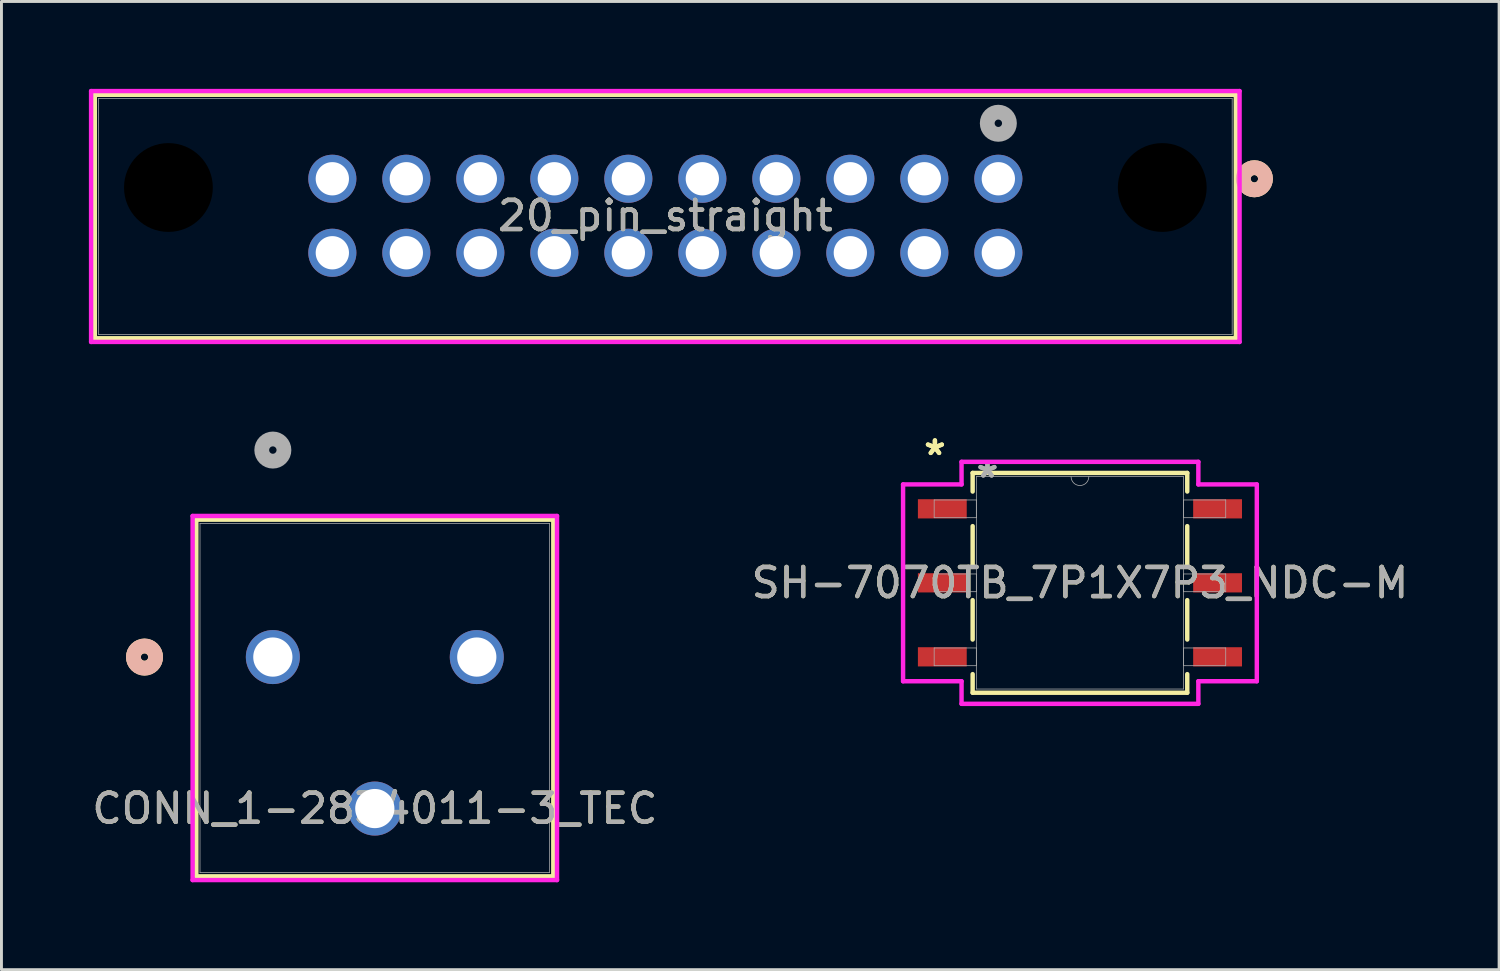
<source format=kicad_pcb>
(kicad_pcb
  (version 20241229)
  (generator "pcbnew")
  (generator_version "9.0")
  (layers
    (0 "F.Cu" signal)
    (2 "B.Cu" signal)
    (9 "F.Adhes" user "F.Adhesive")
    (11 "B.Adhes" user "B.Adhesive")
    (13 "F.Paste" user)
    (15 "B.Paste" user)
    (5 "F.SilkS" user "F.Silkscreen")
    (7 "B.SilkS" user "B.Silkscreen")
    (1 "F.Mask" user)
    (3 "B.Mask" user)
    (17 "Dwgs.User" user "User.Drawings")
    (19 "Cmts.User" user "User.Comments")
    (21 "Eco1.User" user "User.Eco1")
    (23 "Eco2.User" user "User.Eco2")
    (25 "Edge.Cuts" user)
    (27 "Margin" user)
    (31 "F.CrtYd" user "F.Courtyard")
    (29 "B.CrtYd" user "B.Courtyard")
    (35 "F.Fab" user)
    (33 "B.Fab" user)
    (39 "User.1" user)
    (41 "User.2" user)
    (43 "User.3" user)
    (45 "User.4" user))
  (footprint "SH-7070TB_7P1X7P3_NDC-M"
    (layer "F.Cu")
    (at 34.018 16.955)
    (property "Reference" "SH-7070TB_7P1X7P3_NDC-M" (at 0 0 0) (unlocked yes) (layer "F.SilkS") (effects (font (size 1 1) (thickness 0.15))))
    (attr smd)
    (fp_line (start -3.683 -3.772) (end -3.683 -3.134) (stroke (width 0.152) (type solid)) (layer "F.SilkS"))
    (fp_line (start -3.683 -1.946) (end -3.683 -0.594) (stroke (width 0.152) (type solid)) (layer "F.SilkS"))
    (fp_line (start -3.683 0.594) (end -3.683 1.946) (stroke (width 0.152) (type solid)) (layer "F.SilkS"))
    (fp_line (start -3.683 3.134) (end -3.683 3.772) (stroke (width 0.152) (type solid)) (layer "F.SilkS"))
    (fp_line (start -3.683 3.772) (end 3.683 3.772) (stroke (width 0.152) (type solid)) (layer "F.SilkS"))
    (fp_line (start 3.683 -3.772) (end -3.683 -3.772) (stroke (width 0.152) (type solid)) (layer "F.SilkS"))
    (fp_line (start 3.683 -3.134) (end 3.683 -3.772) (stroke (width 0.152) (type solid)) (layer "F.SilkS"))
    (fp_line (start 3.683 -0.594) (end 3.683 -1.946) (stroke (width 0.152) (type solid)) (layer "F.SilkS"))
    (fp_line (start 3.683 1.946) (end 3.683 0.594) (stroke (width 0.152) (type solid)) (layer "F.SilkS"))
    (fp_line (start 3.683 3.772) (end 3.683 3.134) (stroke (width 0.152) (type solid)) (layer "F.SilkS"))
    (fp_line (start -6.071 -3.378) (end -4.064 -3.378) (stroke (width 0.152) (type solid)) (layer "F.CrtYd"))
    (fp_line (start -6.071 3.378) (end -6.071 -3.378) (stroke (width 0.152) (type solid)) (layer "F.CrtYd"))
    (fp_line (start -6.071 3.378) (end -4.064 3.378) (stroke (width 0.152) (type solid)) (layer "F.CrtYd"))
    (fp_line (start -4.064 -4.153) (end 4.064 -4.153) (stroke (width 0.152) (type solid)) (layer "F.CrtYd"))
    (fp_line (start -4.064 -3.378) (end -4.064 -4.153) (stroke (width 0.152) (type solid)) (layer "F.CrtYd"))
    (fp_line (start -4.064 4.153) (end -4.064 3.378) (stroke (width 0.152) (type solid)) (layer "F.CrtYd"))
    (fp_line (start 4.064 -4.153) (end 4.064 -3.378) (stroke (width 0.152) (type solid)) (layer "F.CrtYd"))
    (fp_line (start 4.064 3.378) (end 4.064 4.153) (stroke (width 0.152) (type solid)) (layer "F.CrtYd"))
    (fp_line (start 4.064 4.153) (end -4.064 4.153) (stroke (width 0.152) (type solid)) (layer "F.CrtYd"))
    (fp_line (start 6.071 -3.378) (end 4.064 -3.378) (stroke (width 0.152) (type solid)) (layer "F.CrtYd"))
    (fp_line (start 6.071 -3.378) (end 6.071 3.378) (stroke (width 0.152) (type solid)) (layer "F.CrtYd"))
    (fp_line (start 6.071 3.378) (end 4.064 3.378) (stroke (width 0.152) (type solid)) (layer "F.CrtYd"))
    (fp_line (start -5.004 -2.845) (end -5.004 -2.235) (stroke (width 0.025) (type solid)) (layer "F.Fab"))
    (fp_line (start -5.004 -2.235) (end -3.556 -2.235) (stroke (width 0.025) (type solid)) (layer "F.Fab"))
    (fp_line (start -5.004 -0.305) (end -5.004 0.305) (stroke (width 0.025) (type solid)) (layer "F.Fab"))
    (fp_line (start -5.004 0.305) (end -3.556 0.305) (stroke (width 0.025) (type solid)) (layer "F.Fab"))
    (fp_line (start -5.004 2.235) (end -5.004 2.845) (stroke (width 0.025) (type solid)) (layer "F.Fab"))
    (fp_line (start -5.004 2.845) (end -3.556 2.845) (stroke (width 0.025) (type solid)) (layer "F.Fab"))
    (fp_line (start -3.556 -3.645) (end -3.556 3.645) (stroke (width 0.025) (type solid)) (layer "F.Fab"))
    (fp_line (start -3.556 -2.845) (end -5.004 -2.845) (stroke (width 0.025) (type solid)) (layer "F.Fab"))
    (fp_line (start -3.556 -2.235) (end -3.556 -2.845) (stroke (width 0.025) (type solid)) (layer "F.Fab"))
    (fp_line (start -3.556 -0.305) (end -5.004 -0.305) (stroke (width 0.025) (type solid)) (layer "F.Fab"))
    (fp_line (start -3.556 0.305) (end -3.556 -0.305) (stroke (width 0.025) (type solid)) (layer "F.Fab"))
    (fp_line (start -3.556 2.235) (end -5.004 2.235) (stroke (width 0.025) (type solid)) (layer "F.Fab"))
    (fp_line (start -3.556 2.845) (end -3.556 2.235) (stroke (width 0.025) (type solid)) (layer "F.Fab"))
    (fp_line (start -3.556 3.645) (end 3.556 3.645) (stroke (width 0.025) (type solid)) (layer "F.Fab"))
    (fp_line (start 3.556 -3.645) (end -3.556 -3.645) (stroke (width 0.025) (type solid)) (layer "F.Fab"))
    (fp_line (start 3.556 -2.845) (end 3.556 -2.235) (stroke (width 0.025) (type solid)) (layer "F.Fab"))
    (fp_line (start 3.556 -2.235) (end 5.004 -2.235) (stroke (width 0.025) (type solid)) (layer "F.Fab"))
    (fp_line (start 3.556 -0.305) (end 3.556 0.305) (stroke (width 0.025) (type solid)) (layer "F.Fab"))
    (fp_line (start 3.556 0.305) (end 5.004 0.305) (stroke (width 0.025) (type solid)) (layer "F.Fab"))
    (fp_line (start 3.556 2.235) (end 3.556 2.845) (stroke (width 0.025) (type solid)) (layer "F.Fab"))
    (fp_line (start 3.556 2.845) (end 5.004 2.845) (stroke (width 0.025) (type solid)) (layer "F.Fab"))
    (fp_line (start 3.556 3.645) (end 3.556 -3.645) (stroke (width 0.025) (type solid)) (layer "F.Fab"))
    (fp_line (start 5.004 -2.845) (end 3.556 -2.845) (stroke (width 0.025) (type solid)) (layer "F.Fab"))
    (fp_line (start 5.004 -2.235) (end 5.004 -2.845) (stroke (width 0.025) (type solid)) (layer "F.Fab"))
    (fp_line (start 5.004 -0.305) (end 3.556 -0.305) (stroke (width 0.025) (type solid)) (layer "F.Fab"))
    (fp_line (start 5.004 0.305) (end 5.004 -0.305) (stroke (width 0.025) (type solid)) (layer "F.Fab"))
    (fp_line (start 5.004 2.235) (end 3.556 2.235) (stroke (width 0.025) (type solid)) (layer "F.Fab"))
    (fp_line (start 5.004 2.845) (end 5.004 2.235) (stroke (width 0.025) (type solid)) (layer "F.Fab"))
    (fp_arc (start 0.3048 -3.6449) (mid 0 -3.3401) (end -0.3048 -3.6449) (stroke (width 0.0254) (type solid)) (layer "F.Fab"))
    (fp_text user "*" (at -4.978 -4.343 0) (unlocked yes) (layer "F.SilkS") (effects (font (size 1 1) (thickness 0.15))))
    (fp_text user "*" (at -4.978 -4.343 0) (layer "F.SilkS") (effects (font (size 1 1) (thickness 0.15))))
    (fp_text user "${REFERENCE}" (at 0 0 0) (unlocked yes) (layer "F.Fab") (effects (font (size 1 1) (thickness 0.15))))
    (fp_text user "*" (at -3.175 -3.569 0) (unlocked yes) (layer "F.Fab") (effects (font (size 1 1) (thickness 0.15))))
    (fp_text user "*" (at -3.175 -3.569 0) (layer "F.Fab") (effects (font (size 1 1) (thickness 0.15))))
    (pad "1" smd rect (at -4.724 -2.54) (size 1.676 0.66) (layers "F.Cu" "F.Mask" "F.Paste"))
    (pad "2" smd rect (at -4.724 0) (size 1.676 0.66) (layers "F.Cu" "F.Mask" "F.Paste"))
    (pad "3" smd rect (at -4.724 2.54) (size 1.676 0.66) (layers "F.Cu" "F.Mask" "F.Paste"))
    (pad "4" smd rect (at 4.724 2.54) (size 1.676 0.66) (layers "F.Cu" "F.Mask" "F.Paste"))
    (pad "5" smd rect (at 4.724 0) (size 1.676 0.66) (layers "F.Cu" "F.Mask" "F.Paste"))
    (pad "6" smd rect (at 4.724 -2.54) (size 1.676 0.66) (layers "F.Cu" "F.Mask" "F.Paste")))
  (footprint "CONN_1-2834011-3_TEC"
    (layer "F.Cu")
    (at 6.315 19.503)
    (property "Reference" "CONN_1-2834011-3_TEC" (at 3.5 5.2 0) (unlocked yes) (layer "F.SilkS") (effects (font (size 1 1) (thickness 0.15))))
    (attr through_hole)
    (fp_line (start -2.627 -4.716) (end -2.627 7.527) (stroke (width 0.152) (type solid)) (layer "F.SilkS"))
    (fp_line (start -2.627 7.527) (end 9.627 7.527) (stroke (width 0.152) (type solid)) (layer "F.SilkS"))
    (fp_line (start 9.627 -4.716) (end -2.627 -4.716) (stroke (width 0.152) (type solid)) (layer "F.SilkS"))
    (fp_line (start 9.627 7.527) (end 9.627 -4.716) (stroke (width 0.152) (type solid)) (layer "F.SilkS"))
    (fp_circle (center -4.405 0) (end -4.024 0) (stroke (width 0.508) (type solid)) (fill no) (layer "F.SilkS"))
    (fp_circle (center -4.405 0) (end -4.024 0) (stroke (width 0.508) (type solid)) (fill no) (layer "B.SilkS"))
    (fp_line (start -2.754 -4.843) (end -2.754 7.654) (stroke (width 0.152) (type solid)) (layer "F.CrtYd"))
    (fp_line (start -2.754 7.654) (end 9.754 7.654) (stroke (width 0.152) (type solid)) (layer "F.CrtYd"))
    (fp_line (start 9.754 -4.843) (end -2.754 -4.843) (stroke (width 0.152) (type solid)) (layer "F.CrtYd"))
    (fp_line (start 9.754 7.654) (end 9.754 -4.843) (stroke (width 0.152) (type solid)) (layer "F.CrtYd"))
    (fp_line (start -2.5 -4.589) (end -2.5 7.4) (stroke (width 0.025) (type solid)) (layer "F.Fab"))
    (fp_line (start -2.5 7.4) (end 9.5 7.4) (stroke (width 0.025) (type solid)) (layer "F.Fab"))
    (fp_line (start 9.5 -4.589) (end -2.5 -4.589) (stroke (width 0.025) (type solid)) (layer "F.Fab"))
    (fp_line (start 9.5 7.4) (end 9.5 -4.589) (stroke (width 0.025) (type solid)) (layer "F.Fab"))
    (fp_circle (center 0 -7.105) (end 0.381 -7.105) (stroke (width 0.508) (type solid)) (fill no) (layer "F.Fab"))
    (fp_text user "${REFERENCE}" (at 3.5 5.2 0) (unlocked yes) (layer "F.Fab") (effects (font (size 1 1) (thickness 0.15))))
    (pad "1" thru_hole circle (at 0 0) (size 1.854 1.854) (drill 1.346) (layers "*.Cu" "*.Mask"))
    (pad "2" thru_hole circle (at 3.5 5.2) (size 1.854 1.854) (drill 1.346) (layers "*.Cu" "*.Mask"))
    (pad "3" thru_hole circle (at 7 0) (size 1.854 1.854) (drill 1.346) (layers "*.Cu" "*.Mask")))
  (footprint "20_pin_straight"
    (layer "F.Cu")
    (at 31.217 3.086)
    (property "Reference" "20_pin_straight" (at -11.43 1.27 0) (unlocked yes) (layer "F.SilkS") (effects (font (size 1 1) (thickness 0.15))))
    (attr through_hole)
    (fp_line (start -31.013 -2.883) (end -31.013 5.474) (stroke (width 0.152) (type solid)) (layer "F.SilkS"))
    (fp_line (start -31.013 5.474) (end 8.153 5.474) (stroke (width 0.152) (type solid)) (layer "F.SilkS"))
    (fp_line (start 8.153 -2.883) (end -31.013 -2.883) (stroke (width 0.152) (type solid)) (layer "F.SilkS"))
    (fp_line (start 8.153 5.474) (end 8.153 -2.883) (stroke (width 0.152) (type solid)) (layer "F.SilkS"))
    (fp_circle (center 8.788 0) (end 9.169 0) (stroke (width 0.508) (type solid)) (fill no) (layer "F.SilkS"))
    (fp_circle (center 8.788 0) (end 9.169 0) (stroke (width 0.508) (type solid)) (fill no) (layer "B.SilkS"))
    (fp_line (start -31.14 -3.01) (end -31.14 5.601) (stroke (width 0.152) (type solid)) (layer "F.CrtYd"))
    (fp_line (start -31.14 5.601) (end 8.28 5.601) (stroke (width 0.152) (type solid)) (layer "F.CrtYd"))
    (fp_line (start 8.28 -3.01) (end -31.14 -3.01) (stroke (width 0.152) (type solid)) (layer "F.CrtYd"))
    (fp_line (start 8.28 5.601) (end 8.28 -3.01) (stroke (width 0.152) (type solid)) (layer "F.CrtYd"))
    (fp_line (start -30.886 -2.756) (end -30.886 5.347) (stroke (width 0.025) (type solid)) (layer "F.Fab"))
    (fp_line (start -30.886 5.347) (end 8.026 5.347) (stroke (width 0.025) (type solid)) (layer "F.Fab"))
    (fp_line (start 8.026 -2.756) (end -30.886 -2.756) (stroke (width 0.025) (type solid)) (layer "F.Fab"))
    (fp_line (start 8.026 5.347) (end 8.026 -2.756) (stroke (width 0.025) (type solid)) (layer "F.Fab"))
    (fp_circle (center 0 -1.905) (end 0.381 -1.905) (stroke (width 0.508) (type solid)) (fill no) (layer "F.Fab"))
    (fp_text user "${REFERENCE}" (at -11.43 1.27 0) (unlocked yes) (layer "F.Fab") (effects (font (size 1 1) (thickness 0.15))))
    (pad "" np_thru_hole circle (at -28.486 0.3) (size 3.048 3.048) (drill 3.048) (layers))
    (pad "" np_thru_hole circle (at 5.626 0.3) (size 3.048 3.048) (drill 3.048) (layers))
    (pad "1" thru_hole circle (at 0 0) (size 1.651 1.651) (drill 1.143) (layers "*.Cu" "*.Mask"))
    (pad "2" thru_hole circle (at -2.54 0) (size 1.651 1.651) (drill 1.143) (layers "*.Cu" "*.Mask"))
    (pad "3" thru_hole circle (at -5.08 0) (size 1.651 1.651) (drill 1.143) (layers "*.Cu" "*.Mask"))
    (pad "4" thru_hole circle (at -7.62 0) (size 1.651 1.651) (drill 1.143) (layers "*.Cu" "*.Mask"))
    (pad "5" thru_hole circle (at -10.16 0) (size 1.651 1.651) (drill 1.143) (layers "*.Cu" "*.Mask"))
    (pad "6" thru_hole circle (at -12.7 0) (size 1.651 1.651) (drill 1.143) (layers "*.Cu" "*.Mask"))
    (pad "7" thru_hole circle (at -15.24 0) (size 1.651 1.651) (drill 1.143) (layers "*.Cu" "*.Mask"))
    (pad "8" thru_hole circle (at -17.78 0) (size 1.651 1.651) (drill 1.143) (layers "*.Cu" "*.Mask"))
    (pad "9" thru_hole circle (at -20.32 0) (size 1.651 1.651) (drill 1.143) (layers "*.Cu" "*.Mask"))
    (pad "10" thru_hole circle (at -22.86 0) (size 1.651 1.651) (drill 1.143) (layers "*.Cu" "*.Mask"))
    (pad "11" thru_hole circle (at 0 2.54) (size 1.651 1.651) (drill 1.143) (layers "*.Cu" "*.Mask"))
    (pad "12" thru_hole circle (at -2.54 2.54) (size 1.651 1.651) (drill 1.143) (layers "*.Cu" "*.Mask"))
    (pad "13" thru_hole circle (at -5.08 2.54) (size 1.651 1.651) (drill 1.143) (layers "*.Cu" "*.Mask"))
    (pad "14" thru_hole circle (at -7.62 2.54) (size 1.651 1.651) (drill 1.143) (layers "*.Cu" "*.Mask"))
    (pad "15" thru_hole circle (at -10.16 2.54) (size 1.651 1.651) (drill 1.143) (layers "*.Cu" "*.Mask"))
    (pad "16" thru_hole circle (at -12.7 2.54) (size 1.651 1.651) (drill 1.143) (layers "*.Cu" "*.Mask"))
    (pad "17" thru_hole circle (at -15.24 2.54) (size 1.651 1.651) (drill 1.143) (layers "*.Cu" "*.Mask"))
    (pad "18" thru_hole circle (at -17.78 2.54) (size 1.651 1.651) (drill 1.143) (layers "*.Cu" "*.Mask"))
    (pad "19" thru_hole circle (at -20.32 2.54) (size 1.651 1.651) (drill 1.143) (layers "*.Cu" "*.Mask"))
    (pad "20" thru_hole circle (at -22.86 2.54) (size 1.651 1.651) (drill 1.143) (layers "*.Cu" "*.Mask")))
  (gr_rect
    (start -3 -3)
    (end 48.405 30.233)
    (stroke (width 0.1) (type default))
    (fill no)
    (layer "Edge.Cuts")))
</source>
